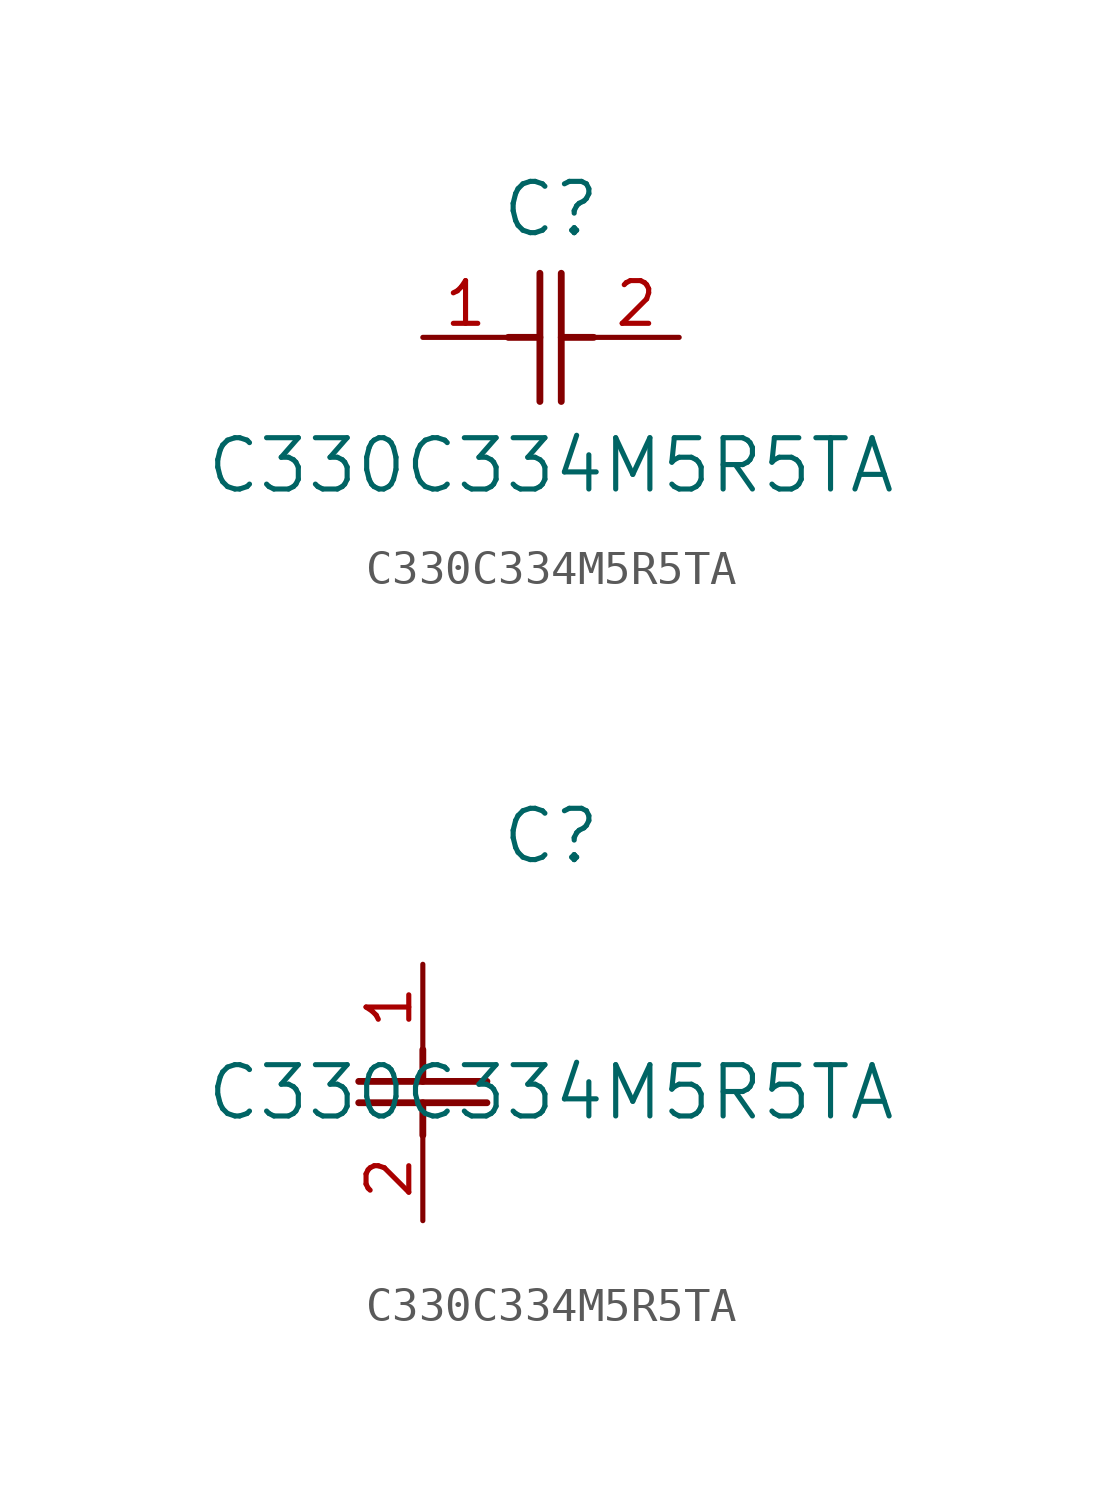
<source format=kicad_sym>
(kicad_symbol_lib
  (version 20211014)
  (generator kicad_symbol_editor)
  (symbol "C330C334M5R5TA"
    (pin_names
      (offset 0.254))
    (property "Reference" "C"
      (at 3.81 3.81 0)
      (effects (font (size 1.524 1.524))))
    (property "Value" "C330C334M5R5TA"
      (at 3.81 -3.81 0)
      (effects (font (size 1.524 1.524))))
    (symbol "C330C334M5R5TA_1_1"
      (polyline (pts (xy 3.48 -1.905) (xy 3.48 1.905)) (stroke (width 0.203) (type default) (color 0 0 0 0)) (fill (type none)))
      (polyline (pts (xy 4.115 -1.905) (xy 4.115 1.905)) (stroke (width 0.203) (type default) (color 0 0 0 0)) (fill (type none)))
      (polyline (pts (xy 4.115 0) (xy 5.08 0)) (stroke (width 0.203) (type default) (color 0 0 0 0)) (fill (type none)))
      (polyline (pts (xy 2.54 0) (xy 3.48 0)) (stroke (width 0.203) (type default) (color 0 0 0 0)) (fill (type none)))
      (pin unspecified line (at 0 0 0) (length 2.54) (name "" (effects (font (size 1.27 1.27)))) (number "1" (effects (font (size 1.27 1.27)))))
      (pin unspecified line (at 7.62 0 180) (length 2.54) (name "" (effects (font (size 1.27 1.27)))) (number "2" (effects (font (size 1.27 1.27))))))
    (symbol "C330C334M5R5TA_1_2"
      (polyline (pts (xy -1.905 -3.48) (xy 1.905 -3.48)) (stroke (width 0.203) (type default) (color 0 0 0 0)) (fill (type none)))
      (polyline (pts (xy -1.905 -4.115) (xy 1.905 -4.115)) (stroke (width 0.203) (type default) (color 0 0 0 0)) (fill (type none)))
      (polyline (pts (xy 0 -4.115) (xy 0 -5.08)) (stroke (width 0.203) (type default) (color 0 0 0 0)) (fill (type none)))
      (polyline (pts (xy 0 -2.54) (xy 0 -3.48)) (stroke (width 0.203) (type default) (color 0 0 0 0)) (fill (type none)))
      (pin unspecified line (at 0 0 270) (length 2.54) (name "" (effects (font (size 1.27 1.27)))) (number "1" (effects (font (size 1.27 1.27)))))
      (pin unspecified line (at 0 -7.62 90) (length 2.54) (name "" (effects (font (size 1.27 1.27)))) (number "2" (effects (font (size 1.27 1.27))))))))
</source>
